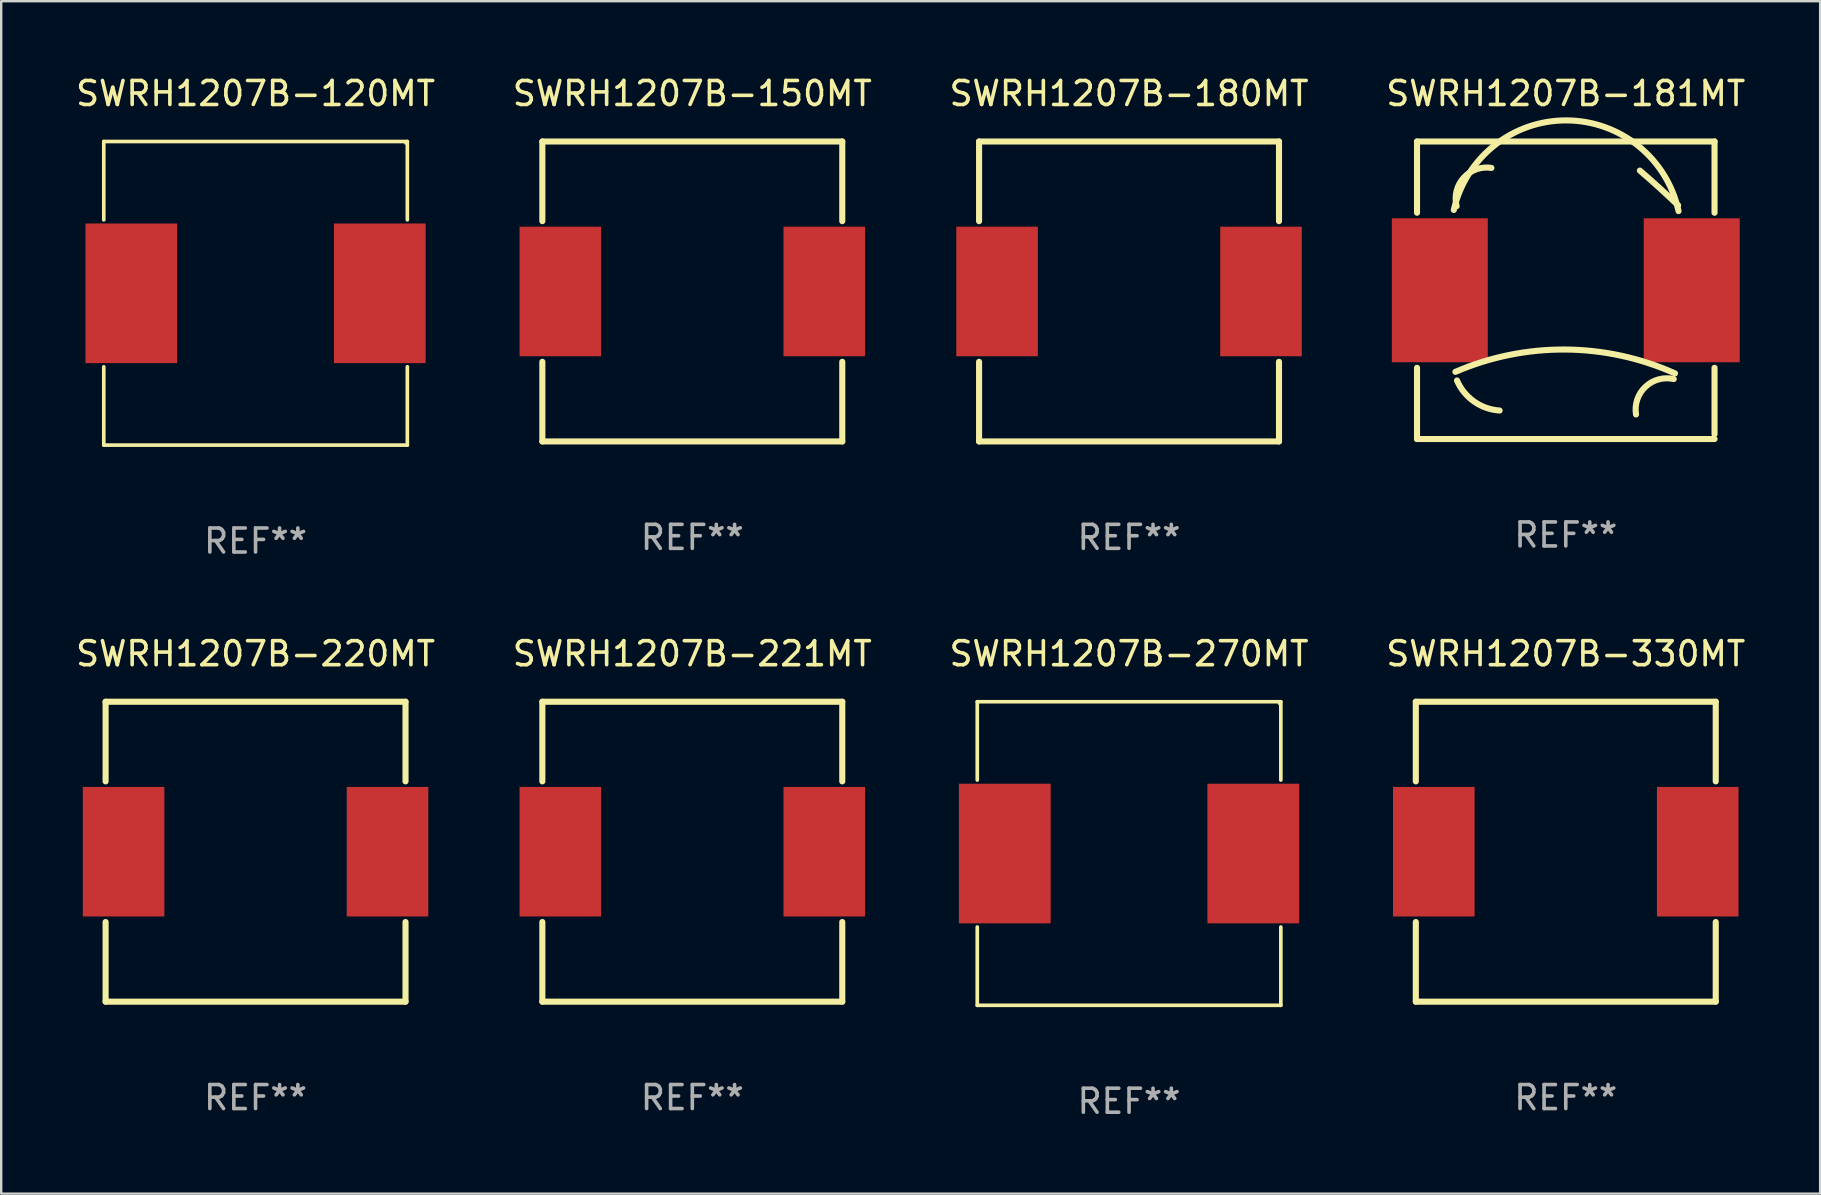
<source format=kicad_pcb>
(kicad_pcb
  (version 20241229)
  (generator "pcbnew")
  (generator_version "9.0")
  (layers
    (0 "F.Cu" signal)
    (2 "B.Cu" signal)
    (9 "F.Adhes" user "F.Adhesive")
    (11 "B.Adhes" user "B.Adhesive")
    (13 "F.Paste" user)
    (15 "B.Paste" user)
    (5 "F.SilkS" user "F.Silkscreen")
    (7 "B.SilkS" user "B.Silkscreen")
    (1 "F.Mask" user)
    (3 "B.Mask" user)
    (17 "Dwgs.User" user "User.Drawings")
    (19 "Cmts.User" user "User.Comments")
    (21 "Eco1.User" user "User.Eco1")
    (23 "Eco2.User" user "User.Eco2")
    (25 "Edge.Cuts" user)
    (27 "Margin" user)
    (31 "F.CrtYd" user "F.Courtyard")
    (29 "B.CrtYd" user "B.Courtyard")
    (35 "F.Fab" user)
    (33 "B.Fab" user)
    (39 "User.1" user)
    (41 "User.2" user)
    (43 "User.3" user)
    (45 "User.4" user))
  (footprint "SWRH1207B-181MT"
    (layer "F.Cu")
    (at 62.208 9.048)
    (property "Reference" "SWRH1207B-181MT" (at 0 -8.2 0) (layer "F.SilkS") (effects (font (size 1 1) (thickness 0.15))))
    (attr through_hole)
    (fp_line (start -6.2 -6.2) (end -6.2 -3.231) (stroke (width 0.254) (type solid)) (layer "F.SilkS"))
    (fp_line (start -6.2 -6.2) (end 6.2 -6.2) (stroke (width 0.254) (type solid)) (layer "F.SilkS"))
    (fp_line (start -6.2 3.231) (end -6.2 6.2) (stroke (width 0.254) (type solid)) (layer "F.SilkS"))
    (fp_line (start -6.2 6.2) (end 6.2 6.2) (stroke (width 0.254) (type solid)) (layer "F.SilkS"))
    (fp_line (start 6.2 -6.2) (end 6.2 -3.231) (stroke (width 0.254) (type solid)) (layer "F.SilkS"))
    (fp_line (start 6.2 3.231) (end 6.2 6) (stroke (width 0.254) (type solid)) (layer "F.SilkS"))
    (fp_arc (start -4.666268 -3.347523) (mid 0.035925 -7.080035) (end 4.7 -3.3) (stroke (width 0.254001) (type solid)) (layer "F.SilkS"))
    (fp_arc (start -4.6 3.4) (mid -0.017181 2.469621) (end 4.552248 3.463678) (stroke (width 0.254001) (type solid)) (layer "F.SilkS"))
    (fp_arc (start -4.54986 -3.504115) (mid -4.254361 -4.692196) (end -3.1 -5.099999) (stroke (width 0.254001) (type solid)) (layer "F.SilkS"))
    (fp_arc (start -2.758293 5.011176) (mid -3.822943 4.635946) (end -4.534316 3.759462) (stroke (width 0.254001) (type solid)) (layer "F.SilkS"))
    (fp_arc (start 2.927153 5.17587) (mid 3.321583 4.020185) (end 4.5 3.7) (stroke (width 0.254001) (type solid)) (layer "F.SilkS"))
    (fp_arc (start 3.08763 -4.988189) (mid 3.895745 -4.274456) (end 4.683515 -3.538329) (stroke (width 0.254001) (type solid)) (layer "F.SilkS"))
    (fp_circle (center -6.15 6.15) (end -6.12 6.15) (stroke (width 0.06) (type solid)) (fill no) (layer "F.SilkS"))
    (fp_text user "REF**" (at 0 10.2 0) (layer "F.Fab") (effects (font (size 1 1) (thickness 0.15))))
    (pad "1" smd rect (at -5.25 0) (size 4 6) (layers "F.Cu" "F.Mask" "F.Paste"))
    (pad "2" smd rect (at 5.25 0) (size 4 6) (layers "F.Cu" "F.Mask" "F.Paste")))
  (footprint "SWRH1207B-221MT"
    (layer "F.Cu")
    (at 25.804 32.447)
    (property "Reference" "SWRH1207B-221MT" (at 0 -8.25 0) (layer "F.SilkS") (effects (font (size 1 1) (thickness 0.15))))
    (attr through_hole)
    (fp_line (start -6.25 -6.25) (end 6.25 -6.25) (stroke (width 0.254) (type solid)) (layer "F.SilkS"))
    (fp_line (start -6.25 -2.931) (end -6.25 -6.25) (stroke (width 0.254) (type solid)) (layer "F.SilkS"))
    (fp_line (start -6.25 6.25) (end -6.25 2.931) (stroke (width 0.254) (type solid)) (layer "F.SilkS"))
    (fp_line (start 6.25 -6.25) (end 6.25 -2.931) (stroke (width 0.254) (type solid)) (layer "F.SilkS"))
    (fp_line (start 6.25 2.931) (end 6.25 6.25) (stroke (width 0.254) (type solid)) (layer "F.SilkS"))
    (fp_line (start 6.25 6.25) (end -6.25 6.25) (stroke (width 0.254) (type solid)) (layer "F.SilkS"))
    (fp_circle (center -6.25 6.25) (end -6.22 6.25) (stroke (width 0.06) (type solid)) (fill no) (layer "F.SilkS"))
    (fp_text user "REF**" (at 0 10.25 0) (layer "F.Fab") (effects (font (size 1 1) (thickness 0.15))))
    (pad "1" smd rect (at -5.5 0) (size 3.4 5.4) (layers "F.Cu" "F.Mask" "F.Paste"))
    (pad "2" smd rect (at 5.5 0) (size 3.4 5.4) (layers "F.Cu" "F.Mask" "F.Paste")))
  (footprint "SWRH1207B-180MT"
    (layer "F.Cu")
    (at 44.006 9.098)
    (property "Reference" "SWRH1207B-180MT" (at 0 -8.25 0) (layer "F.SilkS") (effects (font (size 1 1) (thickness 0.15))))
    (attr through_hole)
    (fp_line (start -6.25 -6.25) (end 6.25 -6.25) (stroke (width 0.254) (type solid)) (layer "F.SilkS"))
    (fp_line (start -6.25 -2.931) (end -6.25 -6.25) (stroke (width 0.254) (type solid)) (layer "F.SilkS"))
    (fp_line (start -6.25 6.25) (end -6.25 2.931) (stroke (width 0.254) (type solid)) (layer "F.SilkS"))
    (fp_line (start 6.25 -6.25) (end 6.25 -2.931) (stroke (width 0.254) (type solid)) (layer "F.SilkS"))
    (fp_line (start 6.25 2.931) (end 6.25 6.25) (stroke (width 0.254) (type solid)) (layer "F.SilkS"))
    (fp_line (start 6.25 6.25) (end -6.25 6.25) (stroke (width 0.254) (type solid)) (layer "F.SilkS"))
    (fp_circle (center -6.25 6.25) (end -6.22 6.25) (stroke (width 0.06) (type solid)) (fill no) (layer "F.SilkS"))
    (fp_text user "REF**" (at 0 10.25 0) (layer "F.Fab") (effects (font (size 1 1) (thickness 0.15))))
    (pad "1" smd rect (at -5.5 0) (size 3.4 5.4) (layers "F.Cu" "F.Mask" "F.Paste"))
    (pad "2" smd rect (at 5.5 0) (size 3.4 5.4) (layers "F.Cu" "F.Mask" "F.Paste")))
  (footprint "SWRH1207B-270MT"
    (layer "F.Cu")
    (at 44.006 32.523)
    (property "Reference" "SWRH1207B-270MT" (at 0 -8.326 0) (layer "F.SilkS") (effects (font (size 1 1) (thickness 0.15))))
    (attr through_hole)
    (fp_line (start -6.326 -6.326) (end 6.326 -6.326) (stroke (width 0.152) (type solid)) (layer "F.SilkS"))
    (fp_line (start -6.326 -3.062) (end -6.326 -6.326) (stroke (width 0.152) (type solid)) (layer "F.SilkS"))
    (fp_line (start -6.326 3.062) (end -6.326 6.326) (stroke (width 0.152) (type solid)) (layer "F.SilkS"))
    (fp_line (start -6.326 6.326) (end 6.326 6.326) (stroke (width 0.152) (type solid)) (layer "F.SilkS"))
    (fp_line (start 6.326 -6.326) (end 6.326 -3.062) (stroke (width 0.152) (type solid)) (layer "F.SilkS"))
    (fp_line (start 6.326 6.326) (end 6.326 3.062) (stroke (width 0.152) (type solid)) (layer "F.SilkS"))
    (fp_circle (center 6.25 -6.25) (end 6.28 -6.25) (stroke (width 0.06) (type solid)) (fill no) (layer "F.SilkS"))
    (fp_text user "REF**" (at 0 10.326 0) (layer "F.Fab") (effects (font (size 1 1) (thickness 0.15))))
    (pad "1" smd rect (at 5.178 0) (size 3.824 5.82) (layers "F.Cu" "F.Mask" "F.Paste"))
    (pad "2" smd rect (at -5.178 0) (size 3.824 5.82) (layers "F.Cu" "F.Mask" "F.Paste")))
  (footprint "SWRH1207B-120MT"
    (layer "F.Cu")
    (at 7.601 9.174)
    (property "Reference" "SWRH1207B-120MT" (at 0 -8.326 0) (layer "F.SilkS") (effects (font (size 1 1) (thickness 0.15))))
    (attr through_hole)
    (fp_line (start -6.326 -6.326) (end 6.326 -6.326) (stroke (width 0.152) (type solid)) (layer "F.SilkS"))
    (fp_line (start -6.326 -3.062) (end -6.326 -6.326) (stroke (width 0.152) (type solid)) (layer "F.SilkS"))
    (fp_line (start -6.326 3.062) (end -6.326 6.326) (stroke (width 0.152) (type solid)) (layer "F.SilkS"))
    (fp_line (start -6.326 6.326) (end 6.326 6.326) (stroke (width 0.152) (type solid)) (layer "F.SilkS"))
    (fp_line (start 6.326 -6.326) (end 6.326 -3.062) (stroke (width 0.152) (type solid)) (layer "F.SilkS"))
    (fp_line (start 6.326 6.326) (end 6.326 3.062) (stroke (width 0.152) (type solid)) (layer "F.SilkS"))
    (fp_circle (center 6.25 -6.25) (end 6.28 -6.25) (stroke (width 0.06) (type solid)) (fill no) (layer "F.SilkS"))
    (fp_text user "REF**" (at 0 10.326 0) (layer "F.Fab") (effects (font (size 1 1) (thickness 0.15))))
    (pad "1" smd rect (at 5.178 0) (size 3.824 5.82) (layers "F.Cu" "F.Mask" "F.Paste"))
    (pad "2" smd rect (at -5.178 0) (size 3.824 5.82) (layers "F.Cu" "F.Mask" "F.Paste")))
  (footprint "SWRH1207B-150MT"
    (layer "F.Cu")
    (at 25.804 9.098)
    (property "Reference" "SWRH1207B-150MT" (at 0 -8.25 0) (layer "F.SilkS") (effects (font (size 1 1) (thickness 0.15))))
    (attr through_hole)
    (fp_line (start -6.25 -6.25) (end 6.25 -6.25) (stroke (width 0.254) (type solid)) (layer "F.SilkS"))
    (fp_line (start -6.25 -2.931) (end -6.25 -6.25) (stroke (width 0.254) (type solid)) (layer "F.SilkS"))
    (fp_line (start -6.25 6.25) (end -6.25 2.931) (stroke (width 0.254) (type solid)) (layer "F.SilkS"))
    (fp_line (start 6.25 -6.25) (end 6.25 -2.931) (stroke (width 0.254) (type solid)) (layer "F.SilkS"))
    (fp_line (start 6.25 2.931) (end 6.25 6.25) (stroke (width 0.254) (type solid)) (layer "F.SilkS"))
    (fp_line (start 6.25 6.25) (end -6.25 6.25) (stroke (width 0.254) (type solid)) (layer "F.SilkS"))
    (fp_circle (center -6.25 6.25) (end -6.22 6.25) (stroke (width 0.06) (type solid)) (fill no) (layer "F.SilkS"))
    (fp_text user "REF**" (at 0 10.25 0) (layer "F.Fab") (effects (font (size 1 1) (thickness 0.15))))
    (pad "1" smd rect (at -5.5 0) (size 3.4 5.4) (layers "F.Cu" "F.Mask" "F.Paste"))
    (pad "2" smd rect (at 5.5 0) (size 3.4 5.4) (layers "F.Cu" "F.Mask" "F.Paste")))
  (footprint "SWRH1207B-220MT"
    (layer "F.Cu")
    (at 7.601 32.447)
    (property "Reference" "SWRH1207B-220MT" (at 0 -8.25 0) (layer "F.SilkS") (effects (font (size 1 1) (thickness 0.15))))
    (attr through_hole)
    (fp_line (start -6.25 -6.25) (end 6.25 -6.25) (stroke (width 0.254) (type solid)) (layer "F.SilkS"))
    (fp_line (start -6.25 -2.931) (end -6.25 -6.25) (stroke (width 0.254) (type solid)) (layer "F.SilkS"))
    (fp_line (start -6.25 6.25) (end -6.25 2.931) (stroke (width 0.254) (type solid)) (layer "F.SilkS"))
    (fp_line (start 6.25 -6.25) (end 6.25 -2.931) (stroke (width 0.254) (type solid)) (layer "F.SilkS"))
    (fp_line (start 6.25 2.931) (end 6.25 6.25) (stroke (width 0.254) (type solid)) (layer "F.SilkS"))
    (fp_line (start 6.25 6.25) (end -6.25 6.25) (stroke (width 0.254) (type solid)) (layer "F.SilkS"))
    (fp_circle (center -6.25 6.25) (end -6.22 6.25) (stroke (width 0.06) (type solid)) (fill no) (layer "F.SilkS"))
    (fp_text user "REF**" (at 0 10.25 0) (layer "F.Fab") (effects (font (size 1 1) (thickness 0.15))))
    (pad "1" smd rect (at -5.5 0) (size 3.4 5.4) (layers "F.Cu" "F.Mask" "F.Paste"))
    (pad "2" smd rect (at 5.5 0) (size 3.4 5.4) (layers "F.Cu" "F.Mask" "F.Paste")))
  (footprint "SWRH1207B-330MT"
    (layer "F.Cu")
    (at 62.208 32.447)
    (property "Reference" "SWRH1207B-330MT" (at 0 -8.25 0) (layer "F.SilkS") (effects (font (size 1 1) (thickness 0.15))))
    (attr through_hole)
    (fp_line (start -6.25 -6.25) (end 6.25 -6.25) (stroke (width 0.254) (type solid)) (layer "F.SilkS"))
    (fp_line (start -6.25 -2.931) (end -6.25 -6.25) (stroke (width 0.254) (type solid)) (layer "F.SilkS"))
    (fp_line (start -6.25 6.25) (end -6.25 2.931) (stroke (width 0.254) (type solid)) (layer "F.SilkS"))
    (fp_line (start 6.25 -6.25) (end 6.25 -2.931) (stroke (width 0.254) (type solid)) (layer "F.SilkS"))
    (fp_line (start 6.25 2.931) (end 6.25 6.25) (stroke (width 0.254) (type solid)) (layer "F.SilkS"))
    (fp_line (start 6.25 6.25) (end -6.25 6.25) (stroke (width 0.254) (type solid)) (layer "F.SilkS"))
    (fp_circle (center -6.25 6.25) (end -6.22 6.25) (stroke (width 0.06) (type solid)) (fill no) (layer "F.SilkS"))
    (fp_text user "REF**" (at 0 10.25 0) (layer "F.Fab") (effects (font (size 1 1) (thickness 0.15))))
    (pad "1" smd rect (at -5.5 0) (size 3.4 5.4) (layers "F.Cu" "F.Mask" "F.Paste"))
    (pad "2" smd rect (at 5.5 0) (size 3.4 5.4) (layers "F.Cu" "F.Mask" "F.Paste")))
  (gr_rect
    (start -3 -3)
    (end 72.81 46.698)
    (stroke (width 0.1) (type default))
    (fill no)
    (layer "Edge.Cuts")))
</source>
